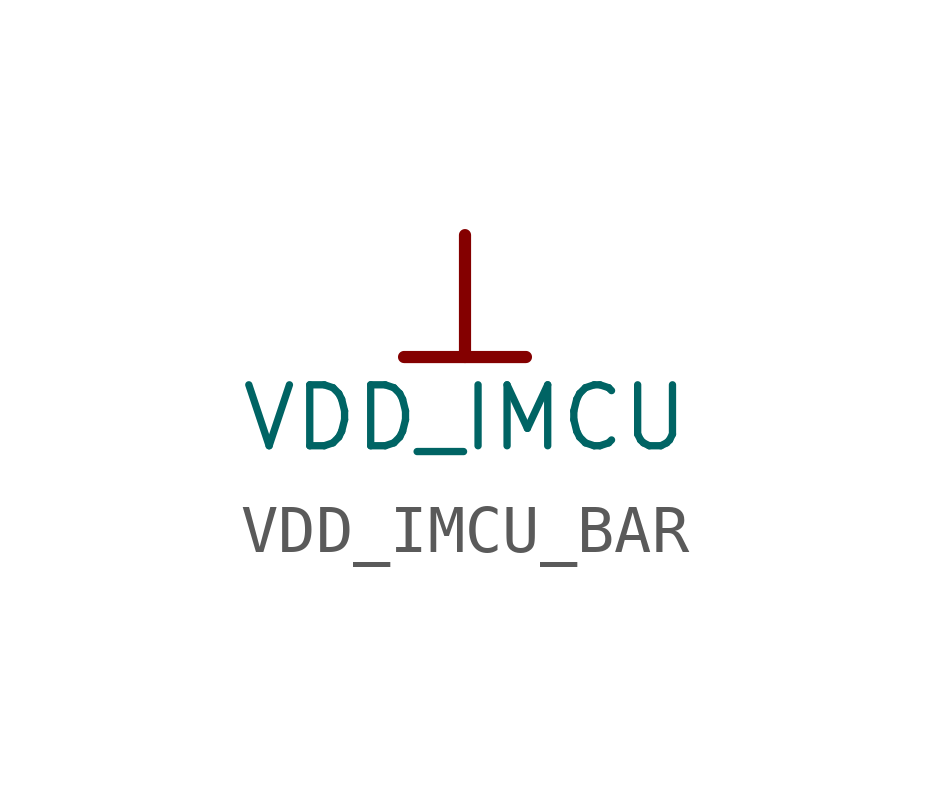
<source format=kicad_sym>
(kicad_symbol_lib
  (version 20241209)
  (generator "kicad_symbol_editor")
  (generator_version "9.0")
  (symbol "VDD_IMCU_BAR"
    (power)
    (property "Reference" "#PWR"
      (at 0 0 0)
      (effects (font (size 1.27 1.27)) (hide yes)))
    (property "Value" "VDD_IMCU"
      (at 0 -3.81 0)
      (effects (font (size 1.27 1.27))))
    (symbol "VDD_IMCU_BAR_0_0"
      (polyline (pts (xy -1.27 -2.54) (xy 1.27 -2.54)) (stroke (width 0.254) (type solid)) (fill (type none)))
      (polyline (pts (xy 0 0) (xy 0 -2.54)) (stroke (width 0.254) (type solid)) (fill (type none)))
      (pin power_in line (at 0 0 0) (length 0) (hide yes) (name "VDD_IMCU" (effects (font (size 1.27 1.27)))) (number "" (effects (font (size 1.27 1.27))))))))
</source>
